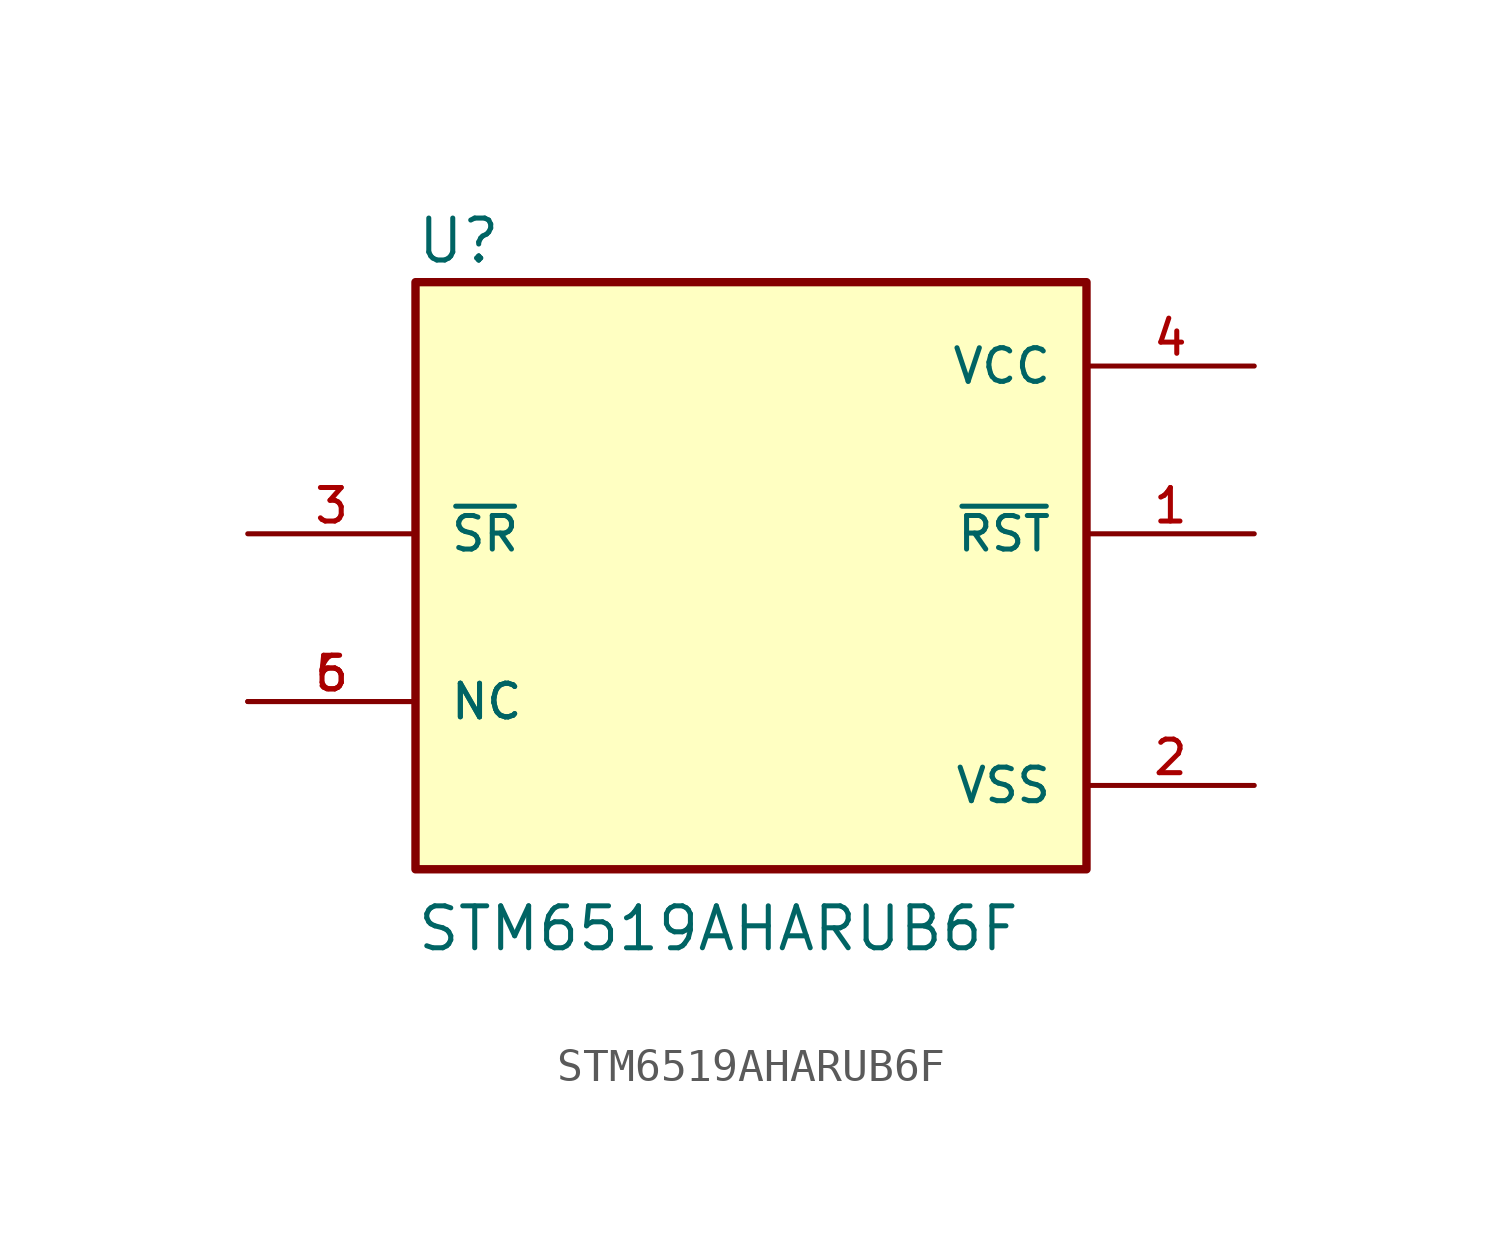
<source format=kicad_sym>
(kicad_symbol_lib
  (version 20231120)
  (generator "kicad_symbol_editor")
  (generator_version "8.0")
  (symbol "STM6519AHARUB6F"
    (pin_names
      (offset 1.016))
    (property "Reference" "U"
      (at -10.16 10.668 0)
      (effects (font (size 1.27 1.27)) (justify left bottom)))
    (property "Value" "STM6519AHARUB6F"
      (at -10.16 -10.16 0)
      (effects (font (size 1.27 1.27)) (justify left bottom)))
    (symbol "STM6519AHARUB6F_0_0"
      (rectangle (start -10.16 -7.62) (end 10.16 10.16) (stroke (width 0.254) (type default)) (fill (type background)))
      (pin output line (at 15.24 2.54 180) (length 5.08) (name "~{RST}" (effects (font (size 1.016 1.016)))) (number "1" (effects (font (size 1.016 1.016)))))
      (pin power_in line (at 15.24 -5.08 180) (length 5.08) (name "VSS" (effects (font (size 1.016 1.016)))) (number "2" (effects (font (size 1.016 1.016)))))
      (pin input line (at -15.24 2.54 0) (length 5.08) (name "~{SR}" (effects (font (size 1.016 1.016)))) (number "3" (effects (font (size 1.016 1.016)))))
      (pin power_in line (at 15.24 7.62 180) (length 5.08) (name "VCC" (effects (font (size 1.016 1.016)))) (number "4" (effects (font (size 1.016 1.016)))))
      (pin passive line (at -15.24 -2.54 0) (length 5.08) (name "NC" (effects (font (size 1.016 1.016)))) (number "5" (effects (font (size 1.016 1.016)))))
      (pin passive line (at -15.24 -2.54 0) (length 5.08) (name "NC" (effects (font (size 1.016 1.016)))) (number "6" (effects (font (size 1.016 1.016))))))))
</source>
